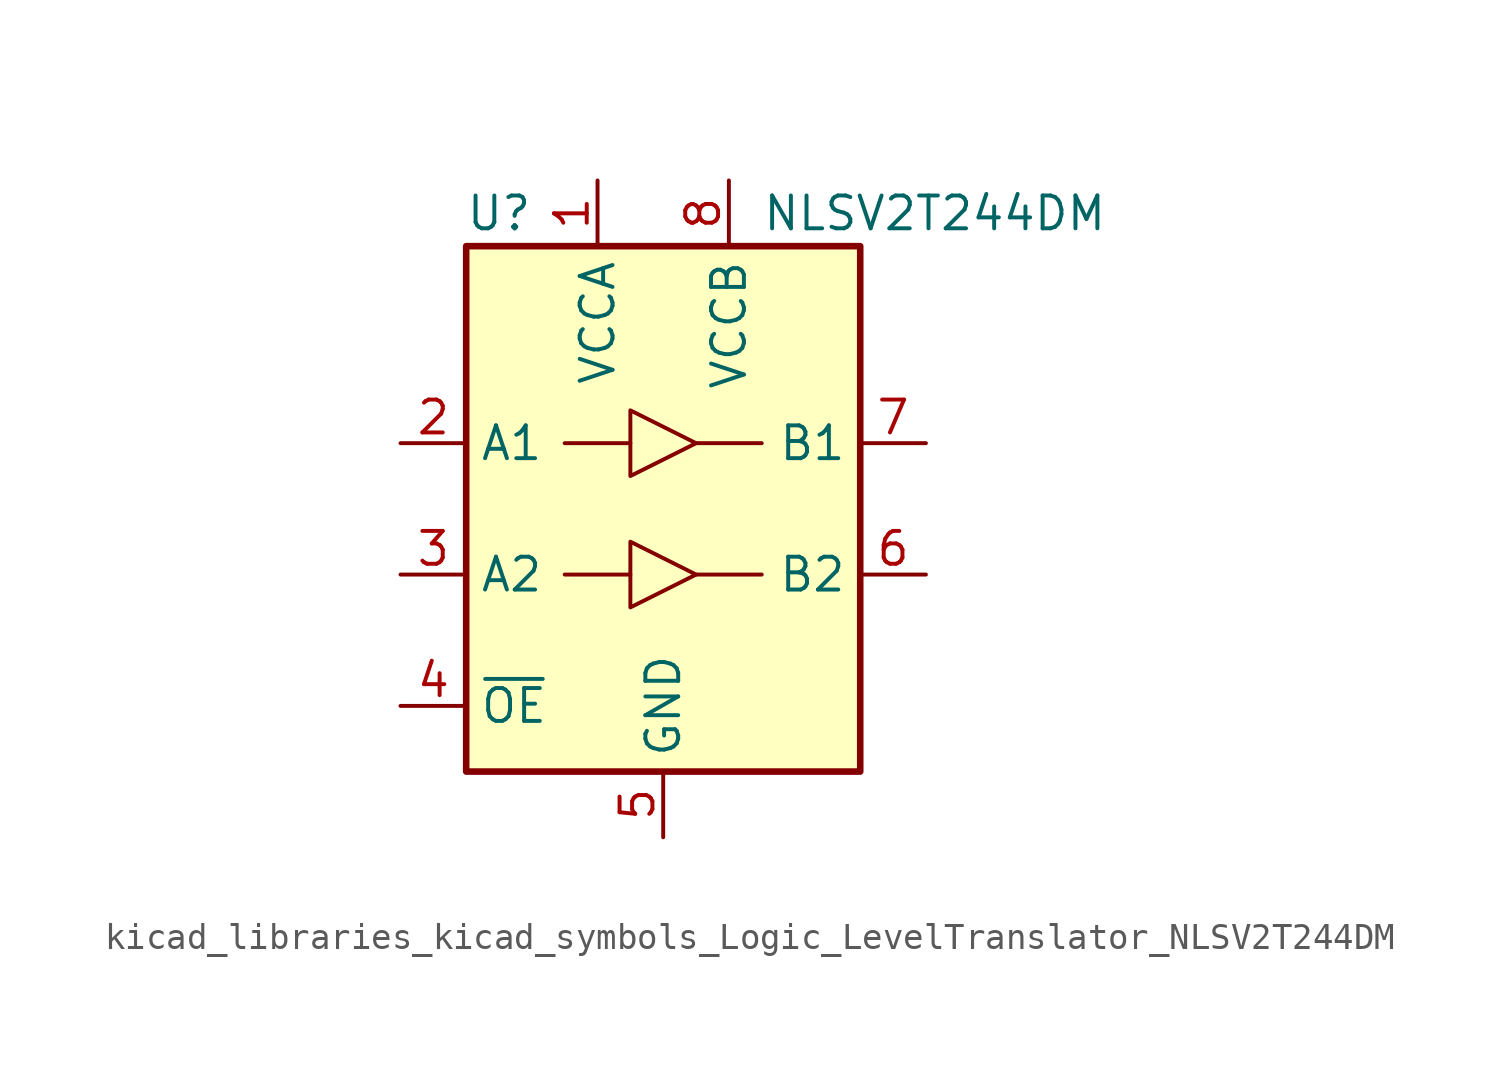
<source format=kicad_sym>
(kicad_symbol_lib
  (version 20220914)
  (generator kicad_symbol_editor)
  (symbol "kicad_libraries_kicad_symbols_Logic_LevelTranslator_NLSV2T244DM"
    (property "Reference" "U"
      (at -6.35 11.43 0)
      (effects (font (size 1.27 1.27))))
    (property "Value" "NLSV2T244DM"
      (at 3.81 11.43 0)
      (effects (font (size 1.27 1.27)) (justify left)))
    (symbol "kicad_libraries_kicad_symbols_Logic_LevelTranslator_NLSV2T244DM_0_1"
      (rectangle (start -7.62 10.16) (end 7.62 -10.16) (stroke (width 0.254) (type default)) (fill (type background)))
      (polyline (pts (xy -3.81 -2.54) (xy -1.27 -2.54)) (stroke (width 0) (type default)) (fill (type none)))
      (polyline (pts (xy -3.81 2.54) (xy -1.27 2.54)) (stroke (width 0) (type default)) (fill (type none)))
      (polyline (pts (xy 3.81 -2.54) (xy 1.27 -2.54)) (stroke (width 0) (type default)) (fill (type none)))
      (polyline (pts (xy 3.81 2.54) (xy 1.27 2.54)) (stroke (width 0) (type default)) (fill (type none)))
      (polyline (pts (xy -1.27 -3.81) (xy -1.27 -1.27) (xy 1.27 -2.54) (xy -1.27 -3.81)) (stroke (width 0) (type default)) (fill (type none)))
      (polyline (pts (xy -1.27 1.27) (xy -1.27 3.81) (xy 1.27 2.54) (xy -1.27 1.27)) (stroke (width 0) (type default)) (fill (type none))))
    (symbol "kicad_libraries_kicad_symbols_Logic_LevelTranslator_NLSV2T244DM_1_1"
      (pin power_in line (at -2.54 12.7 270) (length 2.54) (name "VCCA" (effects (font (size 1.27 1.27)))) (number "1" (effects (font (size 1.27 1.27)))))
      (pin input line (at -10.16 2.54 0) (length 2.54) (name "A1" (effects (font (size 1.27 1.27)))) (number "2" (effects (font (size 1.27 1.27)))))
      (pin input line (at -10.16 -2.54 0) (length 2.54) (name "A2" (effects (font (size 1.27 1.27)))) (number "3" (effects (font (size 1.27 1.27)))))
      (pin input line (at -10.16 -7.62 0) (length 2.54) (name "~{OE}" (effects (font (size 1.27 1.27)))) (number "4" (effects (font (size 1.27 1.27)))))
      (pin power_in line (at 0 -12.7 90) (length 2.54) (name "GND" (effects (font (size 1.27 1.27)))) (number "5" (effects (font (size 1.27 1.27)))))
      (pin output line (at 10.16 -2.54 180) (length 2.54) (name "B2" (effects (font (size 1.27 1.27)))) (number "6" (effects (font (size 1.27 1.27)))))
      (pin output line (at 10.16 2.54 180) (length 2.54) (name "B1" (effects (font (size 1.27 1.27)))) (number "7" (effects (font (size 1.27 1.27)))))
      (pin power_in line (at 2.54 12.7 270) (length 2.54) (name "VCCB" (effects (font (size 1.27 1.27)))) (number "8" (effects (font (size 1.27 1.27))))))))
</source>
